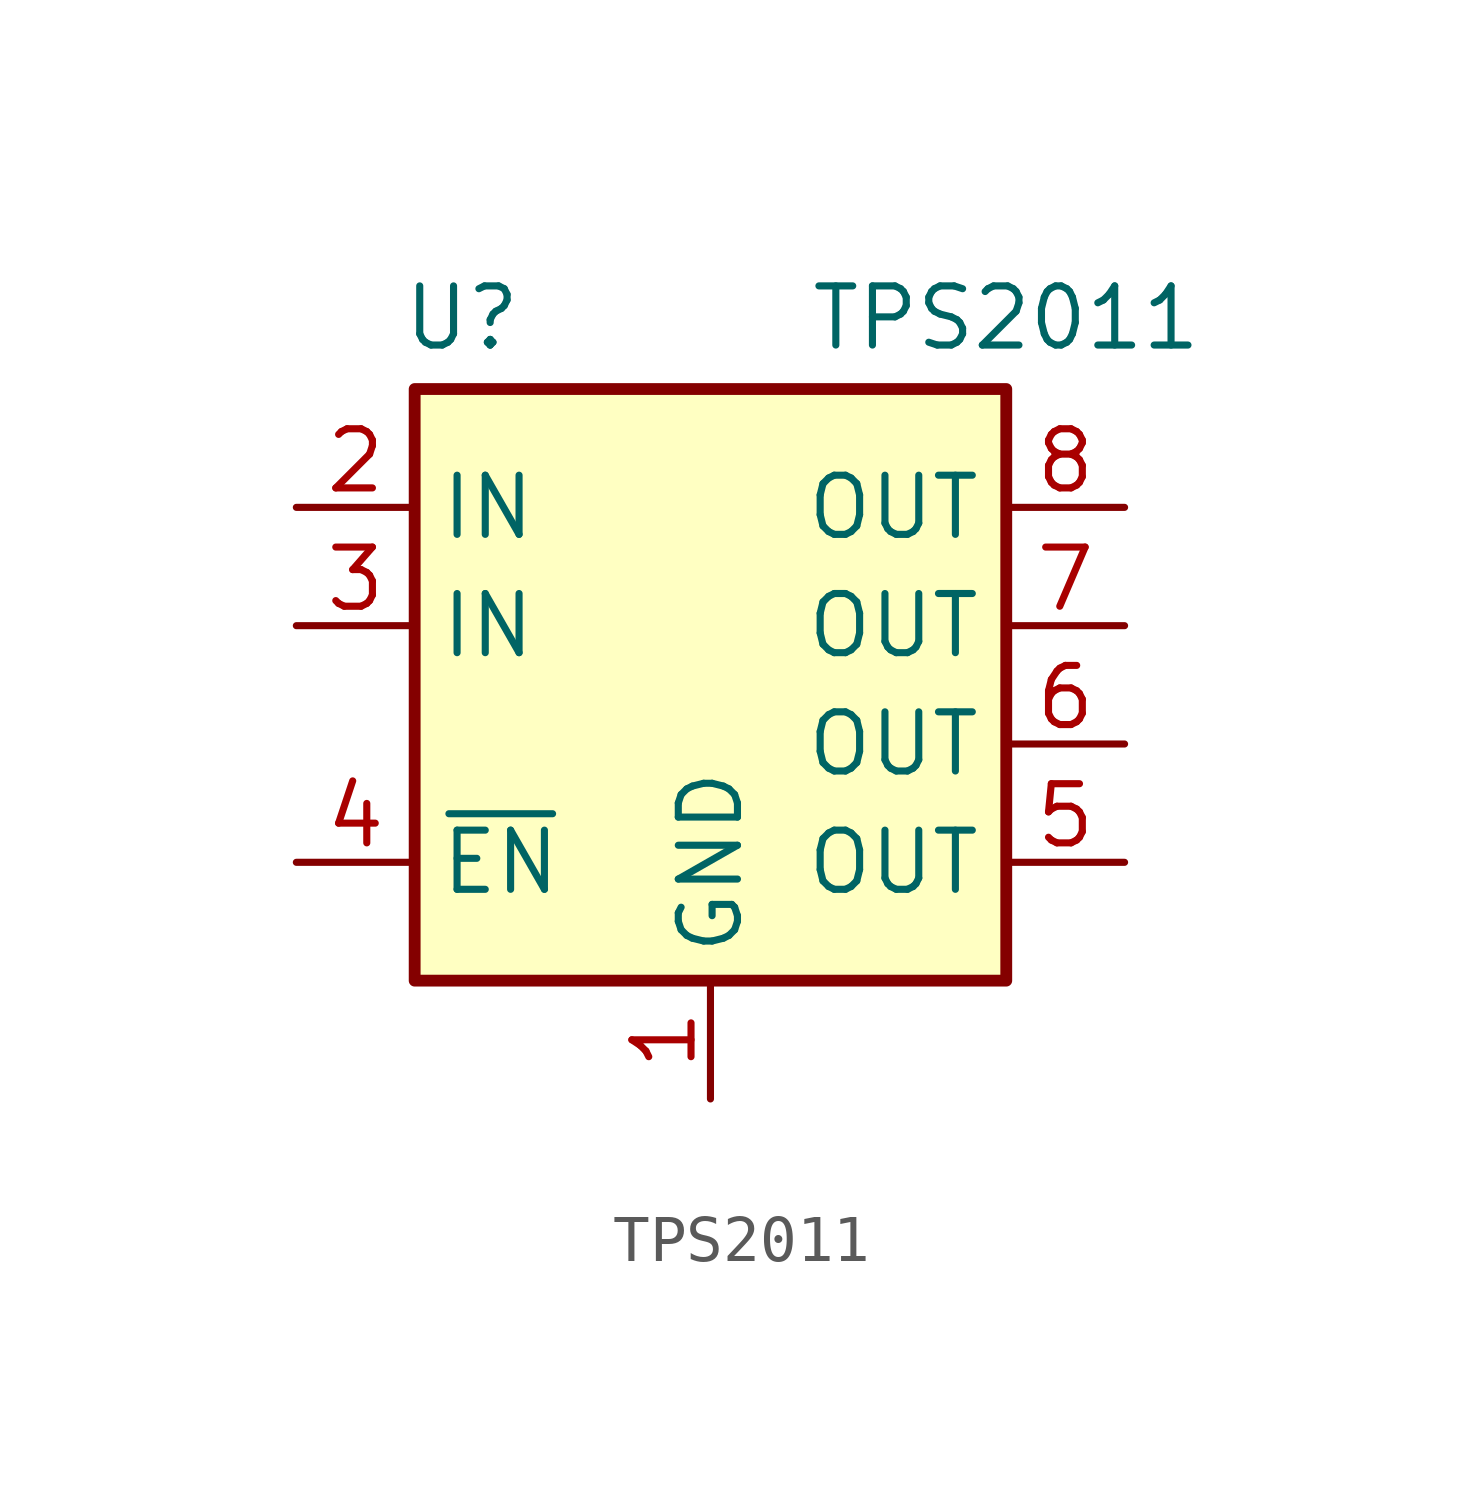
<source format=kicad_sym>
(kicad_symbol_lib
  (version 20231120)
  (generator "kicad_symbol_editor")
  (generator_version "8.0")
  (symbol "TPS2011"
    (property "Reference" "U"
      (at -5.334 7.874 0)
      (effects (font (size 1.27 1.27))))
    (property "Value" "TPS2011"
      (at 6.35 7.874 0)
      (effects (font (size 1.27 1.27))))
    (symbol "TPS2011_1_1"
      (rectangle (start -6.35 6.35) (end 6.35 -6.35) (stroke (width 0.254) (type default)) (fill (type background)))
      (pin passive line (at 0 -8.89 90) (length 2.54) (name "GND" (effects (font (size 1.27 1.27)))) (number "1" (effects (font (size 1.27 1.27)))))
      (pin passive line (at -8.89 3.81 0) (length 2.54) (name "IN" (effects (font (size 1.27 1.27)))) (number "2" (effects (font (size 1.27 1.27)))))
      (pin passive line (at -8.89 1.27 0) (length 2.54) (name "IN" (effects (font (size 1.27 1.27)))) (number "3" (effects (font (size 1.27 1.27)))))
      (pin input line (at -8.89 -3.81 0) (length 2.54) (name "~{EN}" (effects (font (size 1.27 1.27)))) (number "4" (effects (font (size 1.27 1.27)))))
      (pin passive line (at 8.89 -3.81 180) (length 2.54) (name "OUT" (effects (font (size 1.27 1.27)))) (number "5" (effects (font (size 1.27 1.27)))))
      (pin passive line (at 8.89 -1.27 180) (length 2.54) (name "OUT" (effects (font (size 1.27 1.27)))) (number "6" (effects (font (size 1.27 1.27)))))
      (pin passive line (at 8.89 1.27 180) (length 2.54) (name "OUT" (effects (font (size 1.27 1.27)))) (number "7" (effects (font (size 1.27 1.27)))))
      (pin passive line (at 8.89 3.81 180) (length 2.54) (name "OUT" (effects (font (size 1.27 1.27)))) (number "8" (effects (font (size 1.27 1.27))))))))
</source>
